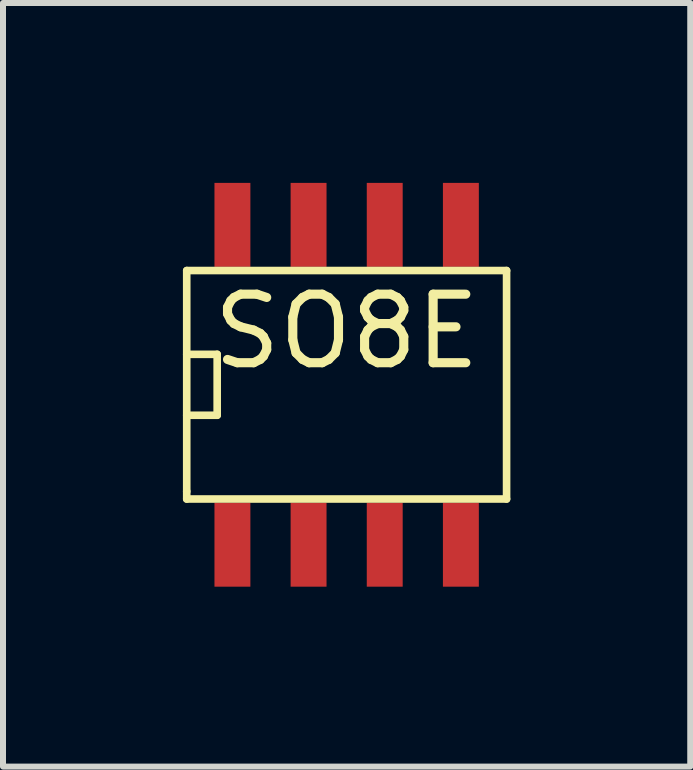
<source format=kicad_pcb>
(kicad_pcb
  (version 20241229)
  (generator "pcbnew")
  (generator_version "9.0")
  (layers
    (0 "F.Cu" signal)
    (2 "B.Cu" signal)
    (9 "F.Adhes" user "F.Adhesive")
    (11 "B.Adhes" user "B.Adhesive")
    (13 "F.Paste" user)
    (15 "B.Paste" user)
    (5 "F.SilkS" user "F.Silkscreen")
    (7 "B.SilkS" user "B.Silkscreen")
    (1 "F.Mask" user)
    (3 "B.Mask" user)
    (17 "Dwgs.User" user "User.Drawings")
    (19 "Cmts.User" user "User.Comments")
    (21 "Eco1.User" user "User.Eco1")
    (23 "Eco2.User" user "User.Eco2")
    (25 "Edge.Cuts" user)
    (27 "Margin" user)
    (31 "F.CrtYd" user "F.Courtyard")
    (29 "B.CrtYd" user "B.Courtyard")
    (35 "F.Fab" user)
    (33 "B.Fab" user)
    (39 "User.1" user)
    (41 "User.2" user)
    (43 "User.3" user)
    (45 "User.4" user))
  (footprint "SO8E"
    (layer "F.Cu")
    (at 2.731 3.367)
    (property "Reference" "SO8E" (at 0 -0.889 0) (layer "F.SilkS") (effects (font (size 1.143 1.143) (thickness 0.152))))
    (attr smd)
    (fp_line (start -2.667 -1.905) (end -2.667 1.778) (stroke (width 0.127) (type solid)) (layer "F.SilkS"))
    (fp_line (start -2.667 -0.508) (end -2.159 -0.508) (stroke (width 0.127) (type solid)) (layer "F.SilkS"))
    (fp_line (start -2.667 1.778) (end -2.667 1.905) (stroke (width 0.127) (type solid)) (layer "F.SilkS"))
    (fp_line (start -2.667 1.905) (end 2.667 1.905) (stroke (width 0.127) (type solid)) (layer "F.SilkS"))
    (fp_line (start -2.159 -0.508) (end -2.159 0.508) (stroke (width 0.127) (type solid)) (layer "F.SilkS"))
    (fp_line (start -2.159 0.508) (end -2.667 0.508) (stroke (width 0.127) (type solid)) (layer "F.SilkS"))
    (fp_line (start 2.667 -1.905) (end -2.667 -1.905) (stroke (width 0.127) (type solid)) (layer "F.SilkS"))
    (fp_line (start 2.667 -1.905) (end 2.667 1.905) (stroke (width 0.127) (type solid)) (layer "F.SilkS"))
    (pad "1" smd rect (at -1.905 2.667) (size 0.599 1.4) (layers "F.Cu" "F.Mask" "F.Paste"))
    (pad "2" smd rect (at -0.635 2.667) (size 0.599 1.4) (layers "F.Cu" "F.Mask" "F.Paste"))
    (pad "3" smd rect (at 0.635 2.667) (size 0.599 1.4) (layers "F.Cu" "F.Mask" "F.Paste"))
    (pad "4" smd rect (at 1.905 2.667) (size 0.599 1.4) (layers "F.Cu" "F.Mask" "F.Paste"))
    (pad "5" smd rect (at 1.905 -2.667) (size 0.599 1.4) (layers "F.Cu" "F.Mask" "F.Paste"))
    (pad "6" smd rect (at 0.635 -2.667) (size 0.599 1.4) (layers "F.Cu" "F.Mask" "F.Paste"))
    (pad "7" smd rect (at -0.635 -2.667) (size 0.599 1.4) (layers "F.Cu" "F.Mask" "F.Paste"))
    (pad "8" smd rect (at -1.905 -2.667) (size 0.599 1.4) (layers "F.Cu" "F.Mask" "F.Paste")))
  (gr_rect
    (start -3 -3)
    (end 8.461 9.734)
    (stroke (width 0.1) (type default))
    (fill no)
    (layer "Edge.Cuts")))
</source>
